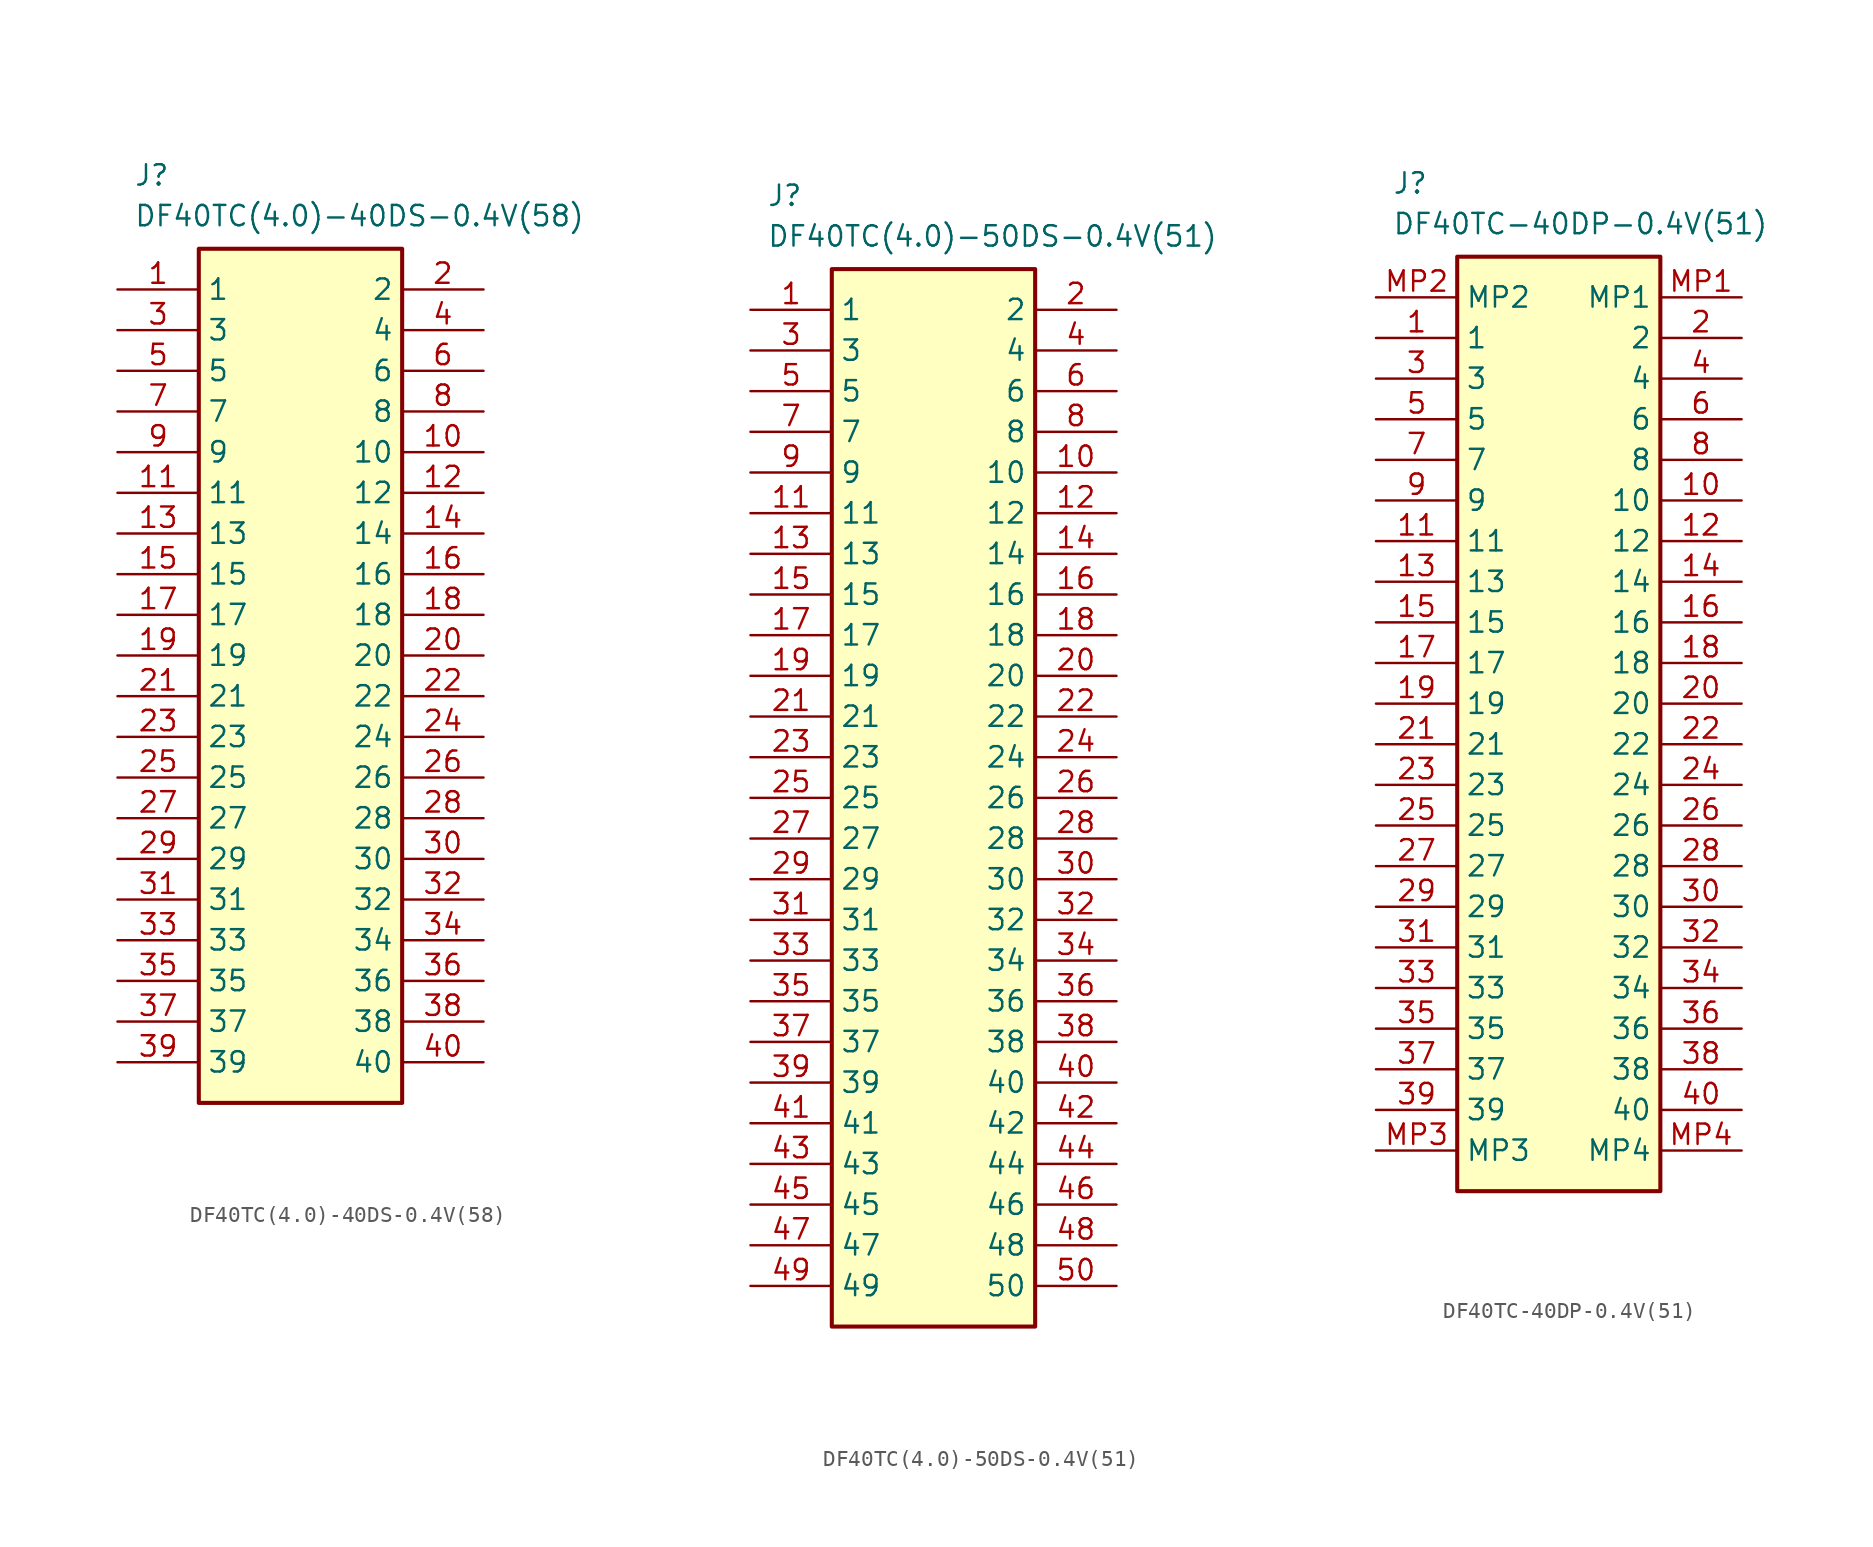
<source format=kicad_sym>
(kicad_symbol_lib
  (version 20241209)
  (generator "kicad_symbol_editor")
  (generator_version "9.0")
  (symbol "DF40TC(4.0)-40DS-0.4V(58)"
    (property "Reference" "J"
      (at 1.016 7.874 0)
      (effects (font (size 1.27 1.27)) (justify left top)))
    (property "Value" "DF40TC(4.0)-40DS-0.4V(58)"
      (at 1.016 5.334 0)
      (effects (font (size 1.27 1.27)) (justify left top)))
    (symbol "DF40TC(4.0)-40DS-0.4V(58)_1_1"
      (rectangle (start 5.08 2.54) (end 17.78 -50.8) (stroke (width 0.254) (type default)) (fill (type background)))
      (pin passive line (at 0 0 0) (length 5.08) (name "1" (effects (font (size 1.27 1.27)))) (number "1" (effects (font (size 1.27 1.27)))))
      (pin passive line (at 0 -2.54 0) (length 5.08) (name "3" (effects (font (size 1.27 1.27)))) (number "3" (effects (font (size 1.27 1.27)))))
      (pin passive line (at 0 -5.08 0) (length 5.08) (name "5" (effects (font (size 1.27 1.27)))) (number "5" (effects (font (size 1.27 1.27)))))
      (pin passive line (at 0 -7.62 0) (length 5.08) (name "7" (effects (font (size 1.27 1.27)))) (number "7" (effects (font (size 1.27 1.27)))))
      (pin passive line (at 0 -10.16 0) (length 5.08) (name "9" (effects (font (size 1.27 1.27)))) (number "9" (effects (font (size 1.27 1.27)))))
      (pin passive line (at 0 -12.7 0) (length 5.08) (name "11" (effects (font (size 1.27 1.27)))) (number "11" (effects (font (size 1.27 1.27)))))
      (pin passive line (at 0 -15.24 0) (length 5.08) (name "13" (effects (font (size 1.27 1.27)))) (number "13" (effects (font (size 1.27 1.27)))))
      (pin passive line (at 0 -17.78 0) (length 5.08) (name "15" (effects (font (size 1.27 1.27)))) (number "15" (effects (font (size 1.27 1.27)))))
      (pin passive line (at 0 -20.32 0) (length 5.08) (name "17" (effects (font (size 1.27 1.27)))) (number "17" (effects (font (size 1.27 1.27)))))
      (pin passive line (at 0 -22.86 0) (length 5.08) (name "19" (effects (font (size 1.27 1.27)))) (number "19" (effects (font (size 1.27 1.27)))))
      (pin passive line (at 0 -25.4 0) (length 5.08) (name "21" (effects (font (size 1.27 1.27)))) (number "21" (effects (font (size 1.27 1.27)))))
      (pin passive line (at 0 -27.94 0) (length 5.08) (name "23" (effects (font (size 1.27 1.27)))) (number "23" (effects (font (size 1.27 1.27)))))
      (pin passive line (at 0 -30.48 0) (length 5.08) (name "25" (effects (font (size 1.27 1.27)))) (number "25" (effects (font (size 1.27 1.27)))))
      (pin passive line (at 0 -33.02 0) (length 5.08) (name "27" (effects (font (size 1.27 1.27)))) (number "27" (effects (font (size 1.27 1.27)))))
      (pin passive line (at 0 -35.56 0) (length 5.08) (name "29" (effects (font (size 1.27 1.27)))) (number "29" (effects (font (size 1.27 1.27)))))
      (pin passive line (at 0 -38.1 0) (length 5.08) (name "31" (effects (font (size 1.27 1.27)))) (number "31" (effects (font (size 1.27 1.27)))))
      (pin passive line (at 0 -40.64 0) (length 5.08) (name "33" (effects (font (size 1.27 1.27)))) (number "33" (effects (font (size 1.27 1.27)))))
      (pin passive line (at 0 -43.18 0) (length 5.08) (name "35" (effects (font (size 1.27 1.27)))) (number "35" (effects (font (size 1.27 1.27)))))
      (pin passive line (at 0 -45.72 0) (length 5.08) (name "37" (effects (font (size 1.27 1.27)))) (number "37" (effects (font (size 1.27 1.27)))))
      (pin passive line (at 0 -48.26 0) (length 5.08) (name "39" (effects (font (size 1.27 1.27)))) (number "39" (effects (font (size 1.27 1.27)))))
      (pin passive line (at 22.86 0 180) (length 5.08) (name "2" (effects (font (size 1.27 1.27)))) (number "2" (effects (font (size 1.27 1.27)))))
      (pin passive line (at 22.86 -2.54 180) (length 5.08) (name "4" (effects (font (size 1.27 1.27)))) (number "4" (effects (font (size 1.27 1.27)))))
      (pin passive line (at 22.86 -5.08 180) (length 5.08) (name "6" (effects (font (size 1.27 1.27)))) (number "6" (effects (font (size 1.27 1.27)))))
      (pin passive line (at 22.86 -7.62 180) (length 5.08) (name "8" (effects (font (size 1.27 1.27)))) (number "8" (effects (font (size 1.27 1.27)))))
      (pin passive line (at 22.86 -10.16 180) (length 5.08) (name "10" (effects (font (size 1.27 1.27)))) (number "10" (effects (font (size 1.27 1.27)))))
      (pin passive line (at 22.86 -12.7 180) (length 5.08) (name "12" (effects (font (size 1.27 1.27)))) (number "12" (effects (font (size 1.27 1.27)))))
      (pin passive line (at 22.86 -15.24 180) (length 5.08) (name "14" (effects (font (size 1.27 1.27)))) (number "14" (effects (font (size 1.27 1.27)))))
      (pin passive line (at 22.86 -17.78 180) (length 5.08) (name "16" (effects (font (size 1.27 1.27)))) (number "16" (effects (font (size 1.27 1.27)))))
      (pin passive line (at 22.86 -20.32 180) (length 5.08) (name "18" (effects (font (size 1.27 1.27)))) (number "18" (effects (font (size 1.27 1.27)))))
      (pin passive line (at 22.86 -22.86 180) (length 5.08) (name "20" (effects (font (size 1.27 1.27)))) (number "20" (effects (font (size 1.27 1.27)))))
      (pin passive line (at 22.86 -25.4 180) (length 5.08) (name "22" (effects (font (size 1.27 1.27)))) (number "22" (effects (font (size 1.27 1.27)))))
      (pin passive line (at 22.86 -27.94 180) (length 5.08) (name "24" (effects (font (size 1.27 1.27)))) (number "24" (effects (font (size 1.27 1.27)))))
      (pin passive line (at 22.86 -30.48 180) (length 5.08) (name "26" (effects (font (size 1.27 1.27)))) (number "26" (effects (font (size 1.27 1.27)))))
      (pin passive line (at 22.86 -33.02 180) (length 5.08) (name "28" (effects (font (size 1.27 1.27)))) (number "28" (effects (font (size 1.27 1.27)))))
      (pin passive line (at 22.86 -35.56 180) (length 5.08) (name "30" (effects (font (size 1.27 1.27)))) (number "30" (effects (font (size 1.27 1.27)))))
      (pin passive line (at 22.86 -38.1 180) (length 5.08) (name "32" (effects (font (size 1.27 1.27)))) (number "32" (effects (font (size 1.27 1.27)))))
      (pin passive line (at 22.86 -40.64 180) (length 5.08) (name "34" (effects (font (size 1.27 1.27)))) (number "34" (effects (font (size 1.27 1.27)))))
      (pin passive line (at 22.86 -43.18 180) (length 5.08) (name "36" (effects (font (size 1.27 1.27)))) (number "36" (effects (font (size 1.27 1.27)))))
      (pin passive line (at 22.86 -45.72 180) (length 5.08) (name "38" (effects (font (size 1.27 1.27)))) (number "38" (effects (font (size 1.27 1.27)))))
      (pin passive line (at 22.86 -48.26 180) (length 5.08) (name "40" (effects (font (size 1.27 1.27)))) (number "40" (effects (font (size 1.27 1.27)))))))
  (symbol "DF40TC(4.0)-50DS-0.4V(51)"
    (property "Reference" "J"
      (at 1.016 7.874 0)
      (effects (font (size 1.27 1.27)) (justify left top)))
    (property "Value" "DF40TC(4.0)-50DS-0.4V(51)"
      (at 1.016 5.334 0)
      (effects (font (size 1.27 1.27)) (justify left top)))
    (symbol "DF40TC(4.0)-50DS-0.4V(51)_1_1"
      (rectangle (start 5.08 2.54) (end 17.78 -63.5) (stroke (width 0.254) (type default)) (fill (type background)))
      (pin passive line (at 0 0 0) (length 5.08) (name "1" (effects (font (size 1.27 1.27)))) (number "1" (effects (font (size 1.27 1.27)))))
      (pin passive line (at 0 -2.54 0) (length 5.08) (name "3" (effects (font (size 1.27 1.27)))) (number "3" (effects (font (size 1.27 1.27)))))
      (pin passive line (at 0 -5.08 0) (length 5.08) (name "5" (effects (font (size 1.27 1.27)))) (number "5" (effects (font (size 1.27 1.27)))))
      (pin passive line (at 0 -7.62 0) (length 5.08) (name "7" (effects (font (size 1.27 1.27)))) (number "7" (effects (font (size 1.27 1.27)))))
      (pin passive line (at 0 -10.16 0) (length 5.08) (name "9" (effects (font (size 1.27 1.27)))) (number "9" (effects (font (size 1.27 1.27)))))
      (pin passive line (at 0 -12.7 0) (length 5.08) (name "11" (effects (font (size 1.27 1.27)))) (number "11" (effects (font (size 1.27 1.27)))))
      (pin passive line (at 0 -15.24 0) (length 5.08) (name "13" (effects (font (size 1.27 1.27)))) (number "13" (effects (font (size 1.27 1.27)))))
      (pin passive line (at 0 -17.78 0) (length 5.08) (name "15" (effects (font (size 1.27 1.27)))) (number "15" (effects (font (size 1.27 1.27)))))
      (pin passive line (at 0 -20.32 0) (length 5.08) (name "17" (effects (font (size 1.27 1.27)))) (number "17" (effects (font (size 1.27 1.27)))))
      (pin passive line (at 0 -22.86 0) (length 5.08) (name "19" (effects (font (size 1.27 1.27)))) (number "19" (effects (font (size 1.27 1.27)))))
      (pin passive line (at 0 -25.4 0) (length 5.08) (name "21" (effects (font (size 1.27 1.27)))) (number "21" (effects (font (size 1.27 1.27)))))
      (pin passive line (at 0 -27.94 0) (length 5.08) (name "23" (effects (font (size 1.27 1.27)))) (number "23" (effects (font (size 1.27 1.27)))))
      (pin passive line (at 0 -30.48 0) (length 5.08) (name "25" (effects (font (size 1.27 1.27)))) (number "25" (effects (font (size 1.27 1.27)))))
      (pin passive line (at 0 -33.02 0) (length 5.08) (name "27" (effects (font (size 1.27 1.27)))) (number "27" (effects (font (size 1.27 1.27)))))
      (pin passive line (at 0 -35.56 0) (length 5.08) (name "29" (effects (font (size 1.27 1.27)))) (number "29" (effects (font (size 1.27 1.27)))))
      (pin passive line (at 0 -38.1 0) (length 5.08) (name "31" (effects (font (size 1.27 1.27)))) (number "31" (effects (font (size 1.27 1.27)))))
      (pin passive line (at 0 -40.64 0) (length 5.08) (name "33" (effects (font (size 1.27 1.27)))) (number "33" (effects (font (size 1.27 1.27)))))
      (pin passive line (at 0 -43.18 0) (length 5.08) (name "35" (effects (font (size 1.27 1.27)))) (number "35" (effects (font (size 1.27 1.27)))))
      (pin passive line (at 0 -45.72 0) (length 5.08) (name "37" (effects (font (size 1.27 1.27)))) (number "37" (effects (font (size 1.27 1.27)))))
      (pin passive line (at 0 -48.26 0) (length 5.08) (name "39" (effects (font (size 1.27 1.27)))) (number "39" (effects (font (size 1.27 1.27)))))
      (pin passive line (at 0 -50.8 0) (length 5.08) (name "41" (effects (font (size 1.27 1.27)))) (number "41" (effects (font (size 1.27 1.27)))))
      (pin passive line (at 0 -53.34 0) (length 5.08) (name "43" (effects (font (size 1.27 1.27)))) (number "43" (effects (font (size 1.27 1.27)))))
      (pin passive line (at 0 -55.88 0) (length 5.08) (name "45" (effects (font (size 1.27 1.27)))) (number "45" (effects (font (size 1.27 1.27)))))
      (pin passive line (at 0 -58.42 0) (length 5.08) (name "47" (effects (font (size 1.27 1.27)))) (number "47" (effects (font (size 1.27 1.27)))))
      (pin passive line (at 0 -60.96 0) (length 5.08) (name "49" (effects (font (size 1.27 1.27)))) (number "49" (effects (font (size 1.27 1.27)))))
      (pin passive line (at 22.86 0 180) (length 5.08) (name "2" (effects (font (size 1.27 1.27)))) (number "2" (effects (font (size 1.27 1.27)))))
      (pin passive line (at 22.86 -2.54 180) (length 5.08) (name "4" (effects (font (size 1.27 1.27)))) (number "4" (effects (font (size 1.27 1.27)))))
      (pin passive line (at 22.86 -5.08 180) (length 5.08) (name "6" (effects (font (size 1.27 1.27)))) (number "6" (effects (font (size 1.27 1.27)))))
      (pin passive line (at 22.86 -7.62 180) (length 5.08) (name "8" (effects (font (size 1.27 1.27)))) (number "8" (effects (font (size 1.27 1.27)))))
      (pin passive line (at 22.86 -10.16 180) (length 5.08) (name "10" (effects (font (size 1.27 1.27)))) (number "10" (effects (font (size 1.27 1.27)))))
      (pin passive line (at 22.86 -12.7 180) (length 5.08) (name "12" (effects (font (size 1.27 1.27)))) (number "12" (effects (font (size 1.27 1.27)))))
      (pin passive line (at 22.86 -15.24 180) (length 5.08) (name "14" (effects (font (size 1.27 1.27)))) (number "14" (effects (font (size 1.27 1.27)))))
      (pin passive line (at 22.86 -17.78 180) (length 5.08) (name "16" (effects (font (size 1.27 1.27)))) (number "16" (effects (font (size 1.27 1.27)))))
      (pin passive line (at 22.86 -20.32 180) (length 5.08) (name "18" (effects (font (size 1.27 1.27)))) (number "18" (effects (font (size 1.27 1.27)))))
      (pin passive line (at 22.86 -22.86 180) (length 5.08) (name "20" (effects (font (size 1.27 1.27)))) (number "20" (effects (font (size 1.27 1.27)))))
      (pin passive line (at 22.86 -25.4 180) (length 5.08) (name "22" (effects (font (size 1.27 1.27)))) (number "22" (effects (font (size 1.27 1.27)))))
      (pin passive line (at 22.86 -27.94 180) (length 5.08) (name "24" (effects (font (size 1.27 1.27)))) (number "24" (effects (font (size 1.27 1.27)))))
      (pin passive line (at 22.86 -30.48 180) (length 5.08) (name "26" (effects (font (size 1.27 1.27)))) (number "26" (effects (font (size 1.27 1.27)))))
      (pin passive line (at 22.86 -33.02 180) (length 5.08) (name "28" (effects (font (size 1.27 1.27)))) (number "28" (effects (font (size 1.27 1.27)))))
      (pin passive line (at 22.86 -35.56 180) (length 5.08) (name "30" (effects (font (size 1.27 1.27)))) (number "30" (effects (font (size 1.27 1.27)))))
      (pin passive line (at 22.86 -38.1 180) (length 5.08) (name "32" (effects (font (size 1.27 1.27)))) (number "32" (effects (font (size 1.27 1.27)))))
      (pin passive line (at 22.86 -40.64 180) (length 5.08) (name "34" (effects (font (size 1.27 1.27)))) (number "34" (effects (font (size 1.27 1.27)))))
      (pin passive line (at 22.86 -43.18 180) (length 5.08) (name "36" (effects (font (size 1.27 1.27)))) (number "36" (effects (font (size 1.27 1.27)))))
      (pin passive line (at 22.86 -45.72 180) (length 5.08) (name "38" (effects (font (size 1.27 1.27)))) (number "38" (effects (font (size 1.27 1.27)))))
      (pin passive line (at 22.86 -48.26 180) (length 5.08) (name "40" (effects (font (size 1.27 1.27)))) (number "40" (effects (font (size 1.27 1.27)))))
      (pin passive line (at 22.86 -50.8 180) (length 5.08) (name "42" (effects (font (size 1.27 1.27)))) (number "42" (effects (font (size 1.27 1.27)))))
      (pin passive line (at 22.86 -53.34 180) (length 5.08) (name "44" (effects (font (size 1.27 1.27)))) (number "44" (effects (font (size 1.27 1.27)))))
      (pin passive line (at 22.86 -55.88 180) (length 5.08) (name "46" (effects (font (size 1.27 1.27)))) (number "46" (effects (font (size 1.27 1.27)))))
      (pin passive line (at 22.86 -58.42 180) (length 5.08) (name "48" (effects (font (size 1.27 1.27)))) (number "48" (effects (font (size 1.27 1.27)))))
      (pin passive line (at 22.86 -60.96 180) (length 5.08) (name "50" (effects (font (size 1.27 1.27)))) (number "50" (effects (font (size 1.27 1.27)))))))
  (symbol "DF40TC-40DP-0.4V(51)"
    (property "Reference" "J"
      (at 1.016 7.874 0)
      (effects (font (size 1.27 1.27)) (justify left top)))
    (property "Value" "DF40TC-40DP-0.4V(51)"
      (at 1.016 5.334 0)
      (effects (font (size 1.27 1.27)) (justify left top)))
    (symbol "DF40TC-40DP-0.4V(51)_1_1"
      (rectangle (start 5.08 2.54) (end 17.78 -55.88) (stroke (width 0.254) (type default)) (fill (type background)))
      (pin passive line (at 0 0 0) (length 5.08) (name "MP2" (effects (font (size 1.27 1.27)))) (number "MP2" (effects (font (size 1.27 1.27)))))
      (pin passive line (at 0 -2.54 0) (length 5.08) (name "1" (effects (font (size 1.27 1.27)))) (number "1" (effects (font (size 1.27 1.27)))))
      (pin passive line (at 0 -5.08 0) (length 5.08) (name "3" (effects (font (size 1.27 1.27)))) (number "3" (effects (font (size 1.27 1.27)))))
      (pin passive line (at 0 -7.62 0) (length 5.08) (name "5" (effects (font (size 1.27 1.27)))) (number "5" (effects (font (size 1.27 1.27)))))
      (pin passive line (at 0 -10.16 0) (length 5.08) (name "7" (effects (font (size 1.27 1.27)))) (number "7" (effects (font (size 1.27 1.27)))))
      (pin passive line (at 0 -12.7 0) (length 5.08) (name "9" (effects (font (size 1.27 1.27)))) (number "9" (effects (font (size 1.27 1.27)))))
      (pin passive line (at 0 -15.24 0) (length 5.08) (name "11" (effects (font (size 1.27 1.27)))) (number "11" (effects (font (size 1.27 1.27)))))
      (pin passive line (at 0 -17.78 0) (length 5.08) (name "13" (effects (font (size 1.27 1.27)))) (number "13" (effects (font (size 1.27 1.27)))))
      (pin passive line (at 0 -20.32 0) (length 5.08) (name "15" (effects (font (size 1.27 1.27)))) (number "15" (effects (font (size 1.27 1.27)))))
      (pin passive line (at 0 -22.86 0) (length 5.08) (name "17" (effects (font (size 1.27 1.27)))) (number "17" (effects (font (size 1.27 1.27)))))
      (pin passive line (at 0 -25.4 0) (length 5.08) (name "19" (effects (font (size 1.27 1.27)))) (number "19" (effects (font (size 1.27 1.27)))))
      (pin passive line (at 0 -27.94 0) (length 5.08) (name "21" (effects (font (size 1.27 1.27)))) (number "21" (effects (font (size 1.27 1.27)))))
      (pin passive line (at 0 -30.48 0) (length 5.08) (name "23" (effects (font (size 1.27 1.27)))) (number "23" (effects (font (size 1.27 1.27)))))
      (pin passive line (at 0 -33.02 0) (length 5.08) (name "25" (effects (font (size 1.27 1.27)))) (number "25" (effects (font (size 1.27 1.27)))))
      (pin passive line (at 0 -35.56 0) (length 5.08) (name "27" (effects (font (size 1.27 1.27)))) (number "27" (effects (font (size 1.27 1.27)))))
      (pin passive line (at 0 -38.1 0) (length 5.08) (name "29" (effects (font (size 1.27 1.27)))) (number "29" (effects (font (size 1.27 1.27)))))
      (pin passive line (at 0 -40.64 0) (length 5.08) (name "31" (effects (font (size 1.27 1.27)))) (number "31" (effects (font (size 1.27 1.27)))))
      (pin passive line (at 0 -43.18 0) (length 5.08) (name "33" (effects (font (size 1.27 1.27)))) (number "33" (effects (font (size 1.27 1.27)))))
      (pin passive line (at 0 -45.72 0) (length 5.08) (name "35" (effects (font (size 1.27 1.27)))) (number "35" (effects (font (size 1.27 1.27)))))
      (pin passive line (at 0 -48.26 0) (length 5.08) (name "37" (effects (font (size 1.27 1.27)))) (number "37" (effects (font (size 1.27 1.27)))))
      (pin passive line (at 0 -50.8 0) (length 5.08) (name "39" (effects (font (size 1.27 1.27)))) (number "39" (effects (font (size 1.27 1.27)))))
      (pin passive line (at 0 -53.34 0) (length 5.08) (name "MP3" (effects (font (size 1.27 1.27)))) (number "MP3" (effects (font (size 1.27 1.27)))))
      (pin passive line (at 22.86 0 180) (length 5.08) (name "MP1" (effects (font (size 1.27 1.27)))) (number "MP1" (effects (font (size 1.27 1.27)))))
      (pin passive line (at 22.86 -2.54 180) (length 5.08) (name "2" (effects (font (size 1.27 1.27)))) (number "2" (effects (font (size 1.27 1.27)))))
      (pin passive line (at 22.86 -5.08 180) (length 5.08) (name "4" (effects (font (size 1.27 1.27)))) (number "4" (effects (font (size 1.27 1.27)))))
      (pin passive line (at 22.86 -7.62 180) (length 5.08) (name "6" (effects (font (size 1.27 1.27)))) (number "6" (effects (font (size 1.27 1.27)))))
      (pin passive line (at 22.86 -10.16 180) (length 5.08) (name "8" (effects (font (size 1.27 1.27)))) (number "8" (effects (font (size 1.27 1.27)))))
      (pin passive line (at 22.86 -12.7 180) (length 5.08) (name "10" (effects (font (size 1.27 1.27)))) (number "10" (effects (font (size 1.27 1.27)))))
      (pin passive line (at 22.86 -15.24 180) (length 5.08) (name "12" (effects (font (size 1.27 1.27)))) (number "12" (effects (font (size 1.27 1.27)))))
      (pin passive line (at 22.86 -17.78 180) (length 5.08) (name "14" (effects (font (size 1.27 1.27)))) (number "14" (effects (font (size 1.27 1.27)))))
      (pin passive line (at 22.86 -20.32 180) (length 5.08) (name "16" (effects (font (size 1.27 1.27)))) (number "16" (effects (font (size 1.27 1.27)))))
      (pin passive line (at 22.86 -22.86 180) (length 5.08) (name "18" (effects (font (size 1.27 1.27)))) (number "18" (effects (font (size 1.27 1.27)))))
      (pin passive line (at 22.86 -25.4 180) (length 5.08) (name "20" (effects (font (size 1.27 1.27)))) (number "20" (effects (font (size 1.27 1.27)))))
      (pin passive line (at 22.86 -27.94 180) (length 5.08) (name "22" (effects (font (size 1.27 1.27)))) (number "22" (effects (font (size 1.27 1.27)))))
      (pin passive line (at 22.86 -30.48 180) (length 5.08) (name "24" (effects (font (size 1.27 1.27)))) (number "24" (effects (font (size 1.27 1.27)))))
      (pin passive line (at 22.86 -33.02 180) (length 5.08) (name "26" (effects (font (size 1.27 1.27)))) (number "26" (effects (font (size 1.27 1.27)))))
      (pin passive line (at 22.86 -35.56 180) (length 5.08) (name "28" (effects (font (size 1.27 1.27)))) (number "28" (effects (font (size 1.27 1.27)))))
      (pin passive line (at 22.86 -38.1 180) (length 5.08) (name "30" (effects (font (size 1.27 1.27)))) (number "30" (effects (font (size 1.27 1.27)))))
      (pin passive line (at 22.86 -40.64 180) (length 5.08) (name "32" (effects (font (size 1.27 1.27)))) (number "32" (effects (font (size 1.27 1.27)))))
      (pin passive line (at 22.86 -43.18 180) (length 5.08) (name "34" (effects (font (size 1.27 1.27)))) (number "34" (effects (font (size 1.27 1.27)))))
      (pin passive line (at 22.86 -45.72 180) (length 5.08) (name "36" (effects (font (size 1.27 1.27)))) (number "36" (effects (font (size 1.27 1.27)))))
      (pin passive line (at 22.86 -48.26 180) (length 5.08) (name "38" (effects (font (size 1.27 1.27)))) (number "38" (effects (font (size 1.27 1.27)))))
      (pin passive line (at 22.86 -50.8 180) (length 5.08) (name "40" (effects (font (size 1.27 1.27)))) (number "40" (effects (font (size 1.27 1.27)))))
      (pin passive line (at 22.86 -53.34 180) (length 5.08) (name "MP4" (effects (font (size 1.27 1.27)))) (number "MP4" (effects (font (size 1.27 1.27))))))))
</source>
